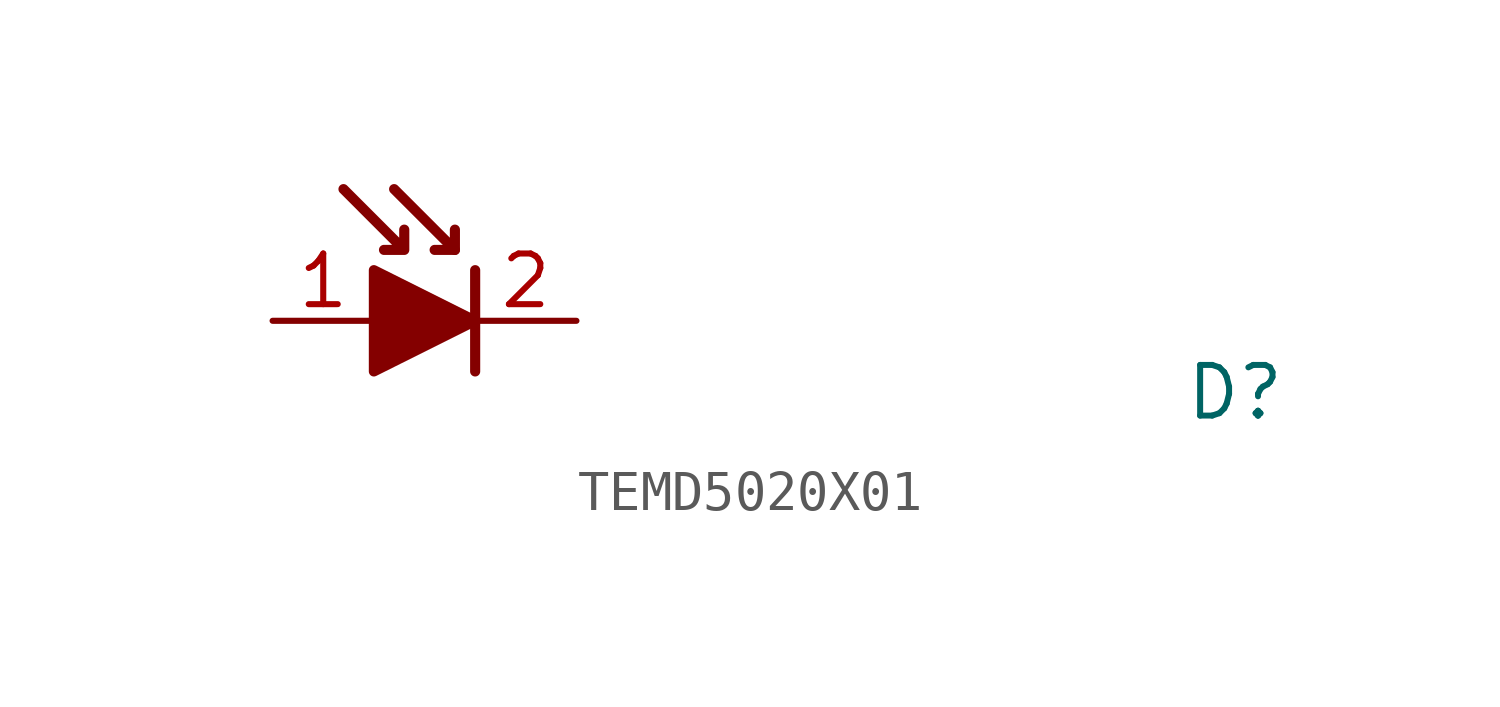
<source format=kicad_sym>
(kicad_symbol_lib
  (version 20220914)
  (generator kicad_symbol_editor)
  (symbol "TEMD5020X01"
    (pin_names hide)
    (property "Reference" "D"
      (at 22.86 -2.54 0)
      (effects (font (size 1.27 1.27) (thickness 0.15)) (justify left bottom)))
    (symbol "TEMD5020X01_1_1"
      (polyline (pts (xy 2.54 0) (xy 5.08 0)) (stroke (width 0.254) (type default)) (fill (type none)))
      (polyline (pts (xy 4.572 1.778) (xy 4.064 1.778)) (stroke (width 0.254) (type default)) (fill (type none)))
      (polyline (pts (xy 5.08 1.27) (xy 5.08 -1.27)) (stroke (width 0.254) (type default)) (fill (type none)))
      (polyline (pts (xy 3.048 3.302) (xy 4.572 1.778) (xy 4.572 2.286)) (stroke (width 0.254) (type default)) (fill (type none)))
      (polyline (pts (xy 2.54 -1.27) (xy 2.54 1.27) (xy 5.08 0) (xy 2.54 -1.27)) (stroke (width 0.254) (type default)) (fill (type outline)))
      (polyline (pts (xy 1.778 3.302) (xy 3.302 1.778) (xy 3.302 2.286) (xy 3.302 1.778) (xy 2.794 1.778)) (stroke (width 0.254) (type default)) (fill (type none)))
      (pin input line (at 0 0 0) (length 2.54) (name "1" (effects (font (size 1.27 1.27)))) (number "1" (effects (font (size 1.27 1.27)))))
      (pin output line (at 7.62 0 180) (length 2.54) (name "2" (effects (font (size 1.27 1.27)))) (number "2" (effects (font (size 1.27 1.27))))))))
</source>
